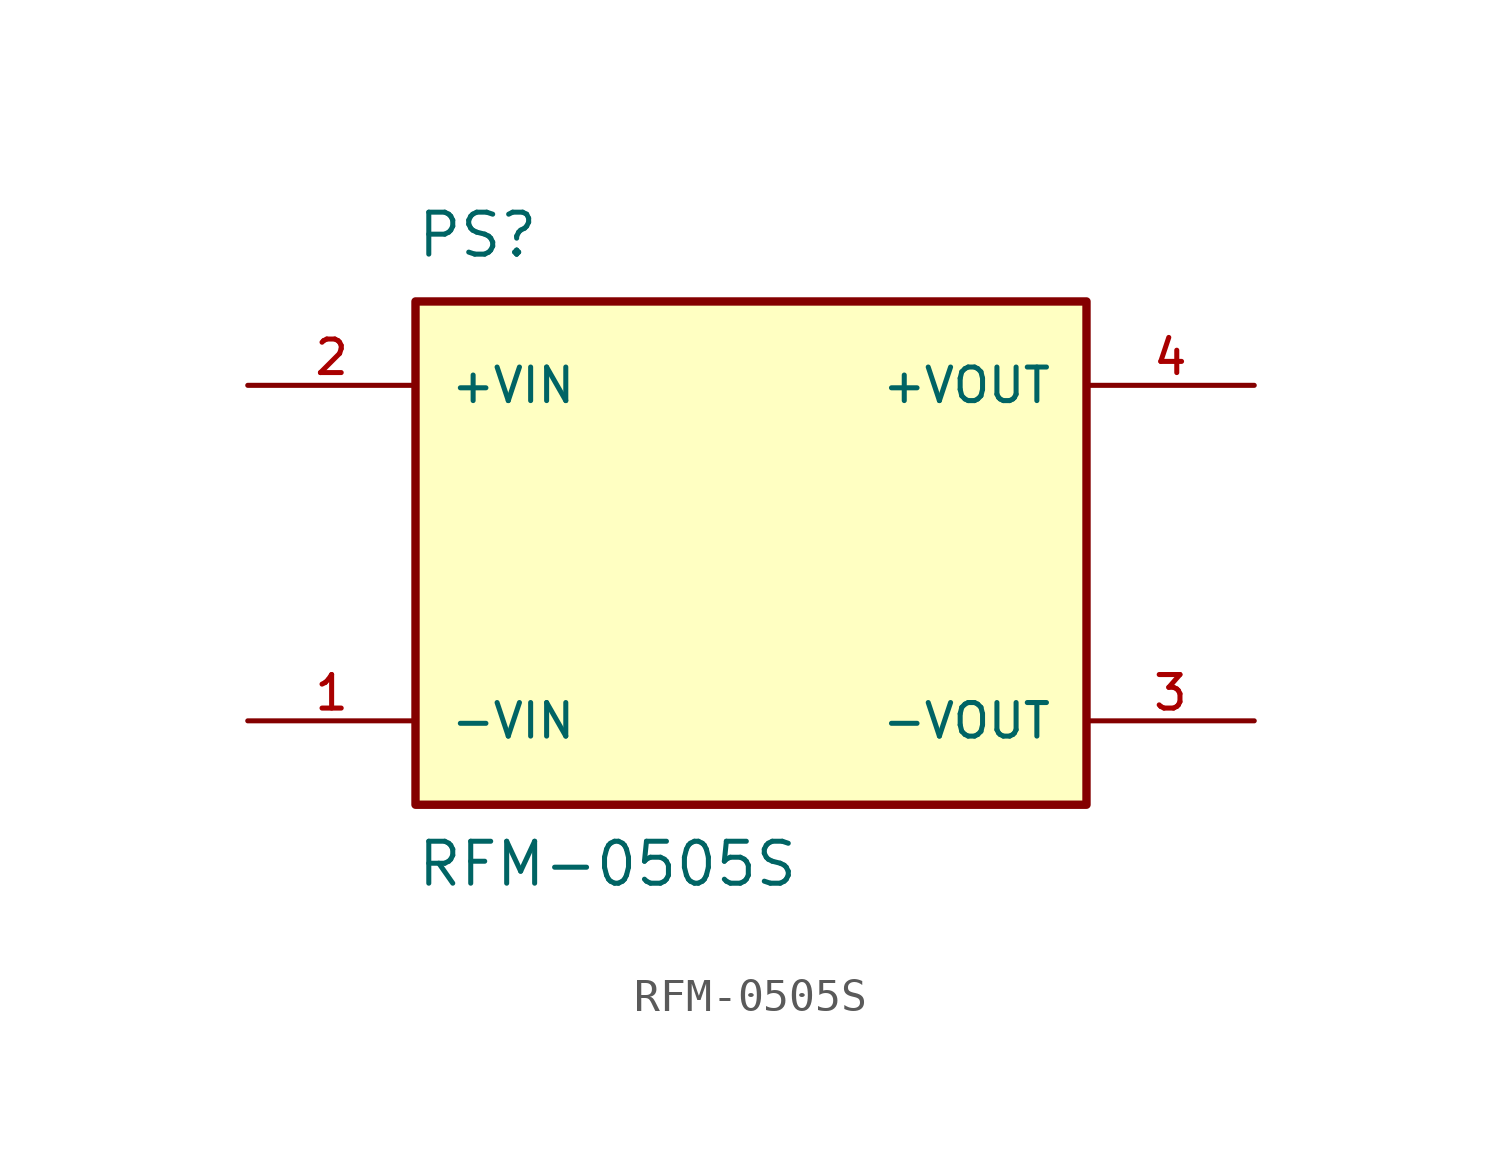
<source format=kicad_sym>
(kicad_symbol_lib
  (version 20211014)
  (generator kicad_symbol_editor)
  (symbol "RFM-0505S"
    (pin_names
      (offset 1.016))
    (property "Reference" "PS"
      (at -10.16 8.89 0)
      (effects (font (size 1.27 1.27)) (justify bottom left)))
    (property "Value" "RFM-0505S"
      (at -10.16 -10.16 0)
      (effects (font (size 1.27 1.27)) (justify bottom left)))
    (symbol "RFM-0505S_0_0"
      (rectangle (start -10.16 -7.62) (end 10.16 7.62) (stroke (width 0.254)) (fill (type background)))
      (pin input line (at -15.24 5.08 0) (length 5.08) (name "+VIN" (effects (font (size 1.016 1.016)))) (number "2" (effects (font (size 1.016 1.016)))))
      (pin input line (at -15.24 -5.08 0) (length 5.08) (name "-VIN" (effects (font (size 1.016 1.016)))) (number "1" (effects (font (size 1.016 1.016)))))
      (pin output line (at 15.24 5.08 180.0) (length 5.08) (name "+VOUT" (effects (font (size 1.016 1.016)))) (number "4" (effects (font (size 1.016 1.016)))))
      (pin output line (at 15.24 -5.08 180.0) (length 5.08) (name "-VOUT" (effects (font (size 1.016 1.016)))) (number "3" (effects (font (size 1.016 1.016))))))))
</source>
